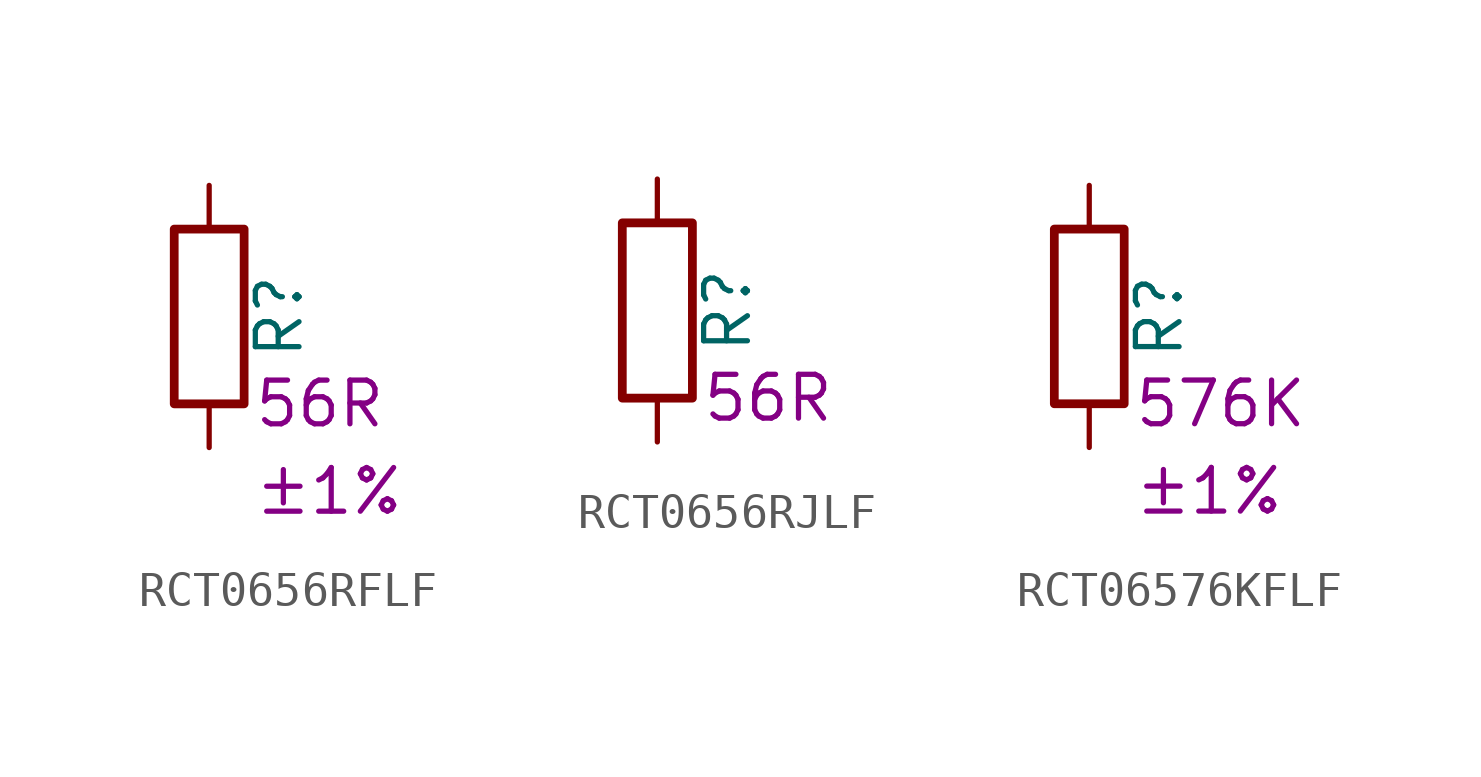
<source format=kicad_sym>
(kicad_symbol_lib
  (version 20220914)
  (generator kicad_symbol_editor)
  (symbol "RCT0656RFLF"
    (pin_numbers hide)
    (pin_names
      (offset 0))
    (property "Reference" "R"
      (at 2.032 0 90)
      (effects (font (size 1.27 1.27))))
    (property "Resistance" "56R"
      (at 1.27 -2.54 0)
      (effects (font (size 1.27 1.27)) (justify left)))
    (property "Tolerance" "±1%"
      (at 1.27 -5.08 0)
      (effects (font (size 1.27 1.27)) (justify left)))
    (symbol "RCT0656RFLF_0_1"
      (rectangle (start -1.016 -2.54) (end 1.016 2.54) (stroke (width 0.254) (type default)) (fill (type none))))
    (symbol "RCT0656RFLF_1_1"
      (pin passive line (at 0 3.81 270) (length 1.27) (name "~" (effects (font (size 1.27 1.27)))) (number "1" (effects (font (size 1.27 1.27)))))
      (pin passive line (at 0 -3.81 90) (length 1.27) (name "~" (effects (font (size 1.27 1.27)))) (number "2" (effects (font (size 1.27 1.27)))))))
  (symbol "RCT0656RJLF"
    (pin_numbers hide)
    (pin_names
      (offset 0))
    (property "Reference" "R"
      (at 2.032 0 90)
      (effects (font (size 1.27 1.27))))
    (property "Resistance" "56R"
      (at 1.27 -2.54 0)
      (effects (font (size 1.27 1.27)) (justify left)))
    (symbol "RCT0656RJLF_0_1"
      (rectangle (start -1.016 -2.54) (end 1.016 2.54) (stroke (width 0.254) (type default)) (fill (type none))))
    (symbol "RCT0656RJLF_1_1"
      (pin passive line (at 0 3.81 270) (length 1.27) (name "~" (effects (font (size 1.27 1.27)))) (number "1" (effects (font (size 1.27 1.27)))))
      (pin passive line (at 0 -3.81 90) (length 1.27) (name "~" (effects (font (size 1.27 1.27)))) (number "2" (effects (font (size 1.27 1.27)))))))
  (symbol "RCT06576KFLF"
    (pin_numbers hide)
    (pin_names
      (offset 0))
    (property "Reference" "R"
      (at 2.032 0 90)
      (effects (font (size 1.27 1.27))))
    (property "Resistance" "576K"
      (at 1.27 -2.54 0)
      (effects (font (size 1.27 1.27)) (justify left)))
    (property "Tolerance" "±1%"
      (at 1.27 -5.08 0)
      (effects (font (size 1.27 1.27)) (justify left)))
    (symbol "RCT06576KFLF_0_1"
      (rectangle (start -1.016 -2.54) (end 1.016 2.54) (stroke (width 0.254) (type default)) (fill (type none))))
    (symbol "RCT06576KFLF_1_1"
      (pin passive line (at 0 3.81 270) (length 1.27) (name "~" (effects (font (size 1.27 1.27)))) (number "1" (effects (font (size 1.27 1.27)))))
      (pin passive line (at 0 -3.81 90) (length 1.27) (name "~" (effects (font (size 1.27 1.27)))) (number "2" (effects (font (size 1.27 1.27))))))))
</source>
